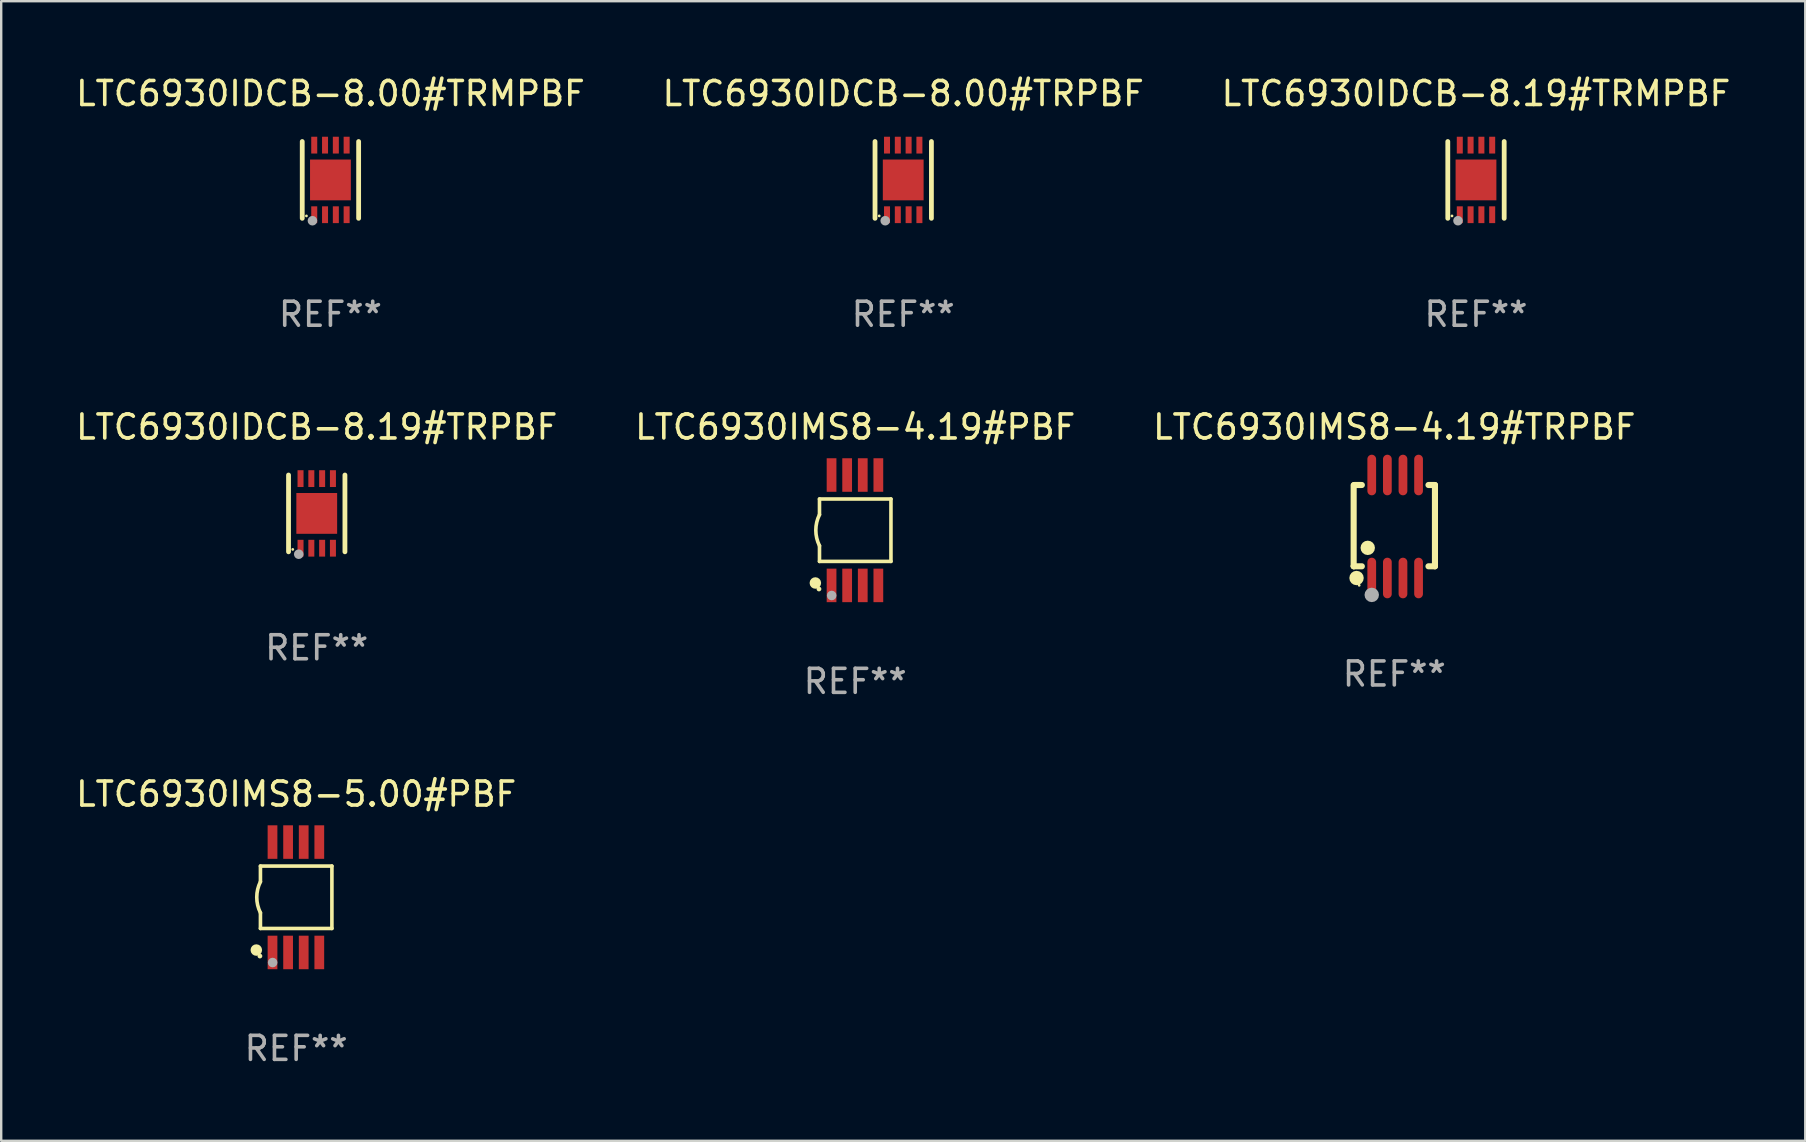
<source format=kicad_pcb>
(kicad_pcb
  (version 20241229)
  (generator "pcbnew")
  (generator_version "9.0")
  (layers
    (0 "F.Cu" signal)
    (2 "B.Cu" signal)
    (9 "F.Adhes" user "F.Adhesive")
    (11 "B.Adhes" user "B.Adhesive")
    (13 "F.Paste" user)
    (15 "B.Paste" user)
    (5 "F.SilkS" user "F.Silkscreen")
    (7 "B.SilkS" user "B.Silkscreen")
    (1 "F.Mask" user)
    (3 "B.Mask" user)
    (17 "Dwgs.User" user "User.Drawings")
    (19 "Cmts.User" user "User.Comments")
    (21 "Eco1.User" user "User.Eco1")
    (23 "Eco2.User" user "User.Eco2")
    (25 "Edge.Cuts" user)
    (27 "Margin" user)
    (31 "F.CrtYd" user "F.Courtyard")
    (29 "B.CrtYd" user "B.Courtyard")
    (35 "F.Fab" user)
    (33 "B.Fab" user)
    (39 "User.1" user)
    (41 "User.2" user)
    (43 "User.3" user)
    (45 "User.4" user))
  (footprint "LTC6930IDCB-8.00#TRPBF"
    (layer "F.Cu")
    (at 34.589 4.448)
    (property "Reference" "LTC6930IDCB-8.00#TRPBF" (at 0 -3.6 0) (layer "F.SilkS") (effects (font (size 1 1) (thickness 0.15))))
    (attr through_hole)
    (fp_line (start -1.175 1.6) (end -1.175 -1.6) (stroke (width 0.2) (type solid)) (layer "F.SilkS"))
    (fp_line (start 1.175 1.6) (end 1.175 -1.6) (stroke (width 0.2) (type solid)) (layer "F.SilkS"))
    (fp_circle (center -1 1.5) (end -0.97 1.5) (stroke (width 0.06) (type solid)) (fill no) (layer "F.SilkS"))
    (fp_circle (center -0.75 1.7) (end -0.65 1.7) (stroke (width 0.2) (type solid)) (fill no) (layer "F.Fab"))
    (fp_text user "REF**" (at 0 5.6 0) (layer "F.Fab") (effects (font (size 1 1) (thickness 0.15))))
    (pad "1" smd rect (at -0.675 1.45 90) (size 0.7 0.25) (layers "F.Cu" "F.Mask" "F.Paste"))
    (pad "2" smd rect (at -0.225 1.45 90) (size 0.7 0.25) (layers "F.Cu" "F.Mask" "F.Paste"))
    (pad "3" smd rect (at 0.225 1.45 90) (size 0.7 0.25) (layers "F.Cu" "F.Mask" "F.Paste"))
    (pad "4" smd rect (at 0.675 1.45 90) (size 0.7 0.25) (layers "F.Cu" "F.Mask" "F.Paste"))
    (pad "5" smd rect (at 0.675 -1.45 90) (size 0.7 0.25) (layers "F.Cu" "F.Mask" "F.Paste"))
    (pad "6" smd rect (at 0.225 -1.45 90) (size 0.7 0.25) (layers "F.Cu" "F.Mask" "F.Paste"))
    (pad "7" smd rect (at -0.225 -1.45 90) (size 0.7 0.25) (layers "F.Cu" "F.Mask" "F.Paste"))
    (pad "8" smd rect (at -0.675 -1.45 90) (size 0.7 0.25) (layers "F.Cu" "F.Mask" "F.Paste"))
    (pad "9" smd rect (at 0.000127 0 90) (size 1.7 1.7) (layers "F.Cu" "F.Mask" "F.Paste")))
  (footprint "LTC6930IDCB-8.19#TRPBF"
    (layer "F.Cu")
    (at 10.149 18.345)
    (property "Reference" "LTC6930IDCB-8.19#TRPBF" (at 0 -3.6 0) (layer "F.SilkS") (effects (font (size 1 1) (thickness 0.15))))
    (attr through_hole)
    (fp_line (start -1.175 1.6) (end -1.175 -1.6) (stroke (width 0.2) (type solid)) (layer "F.SilkS"))
    (fp_line (start 1.175 1.6) (end 1.175 -1.6) (stroke (width 0.2) (type solid)) (layer "F.SilkS"))
    (fp_circle (center -1 1.5) (end -0.97 1.5) (stroke (width 0.06) (type solid)) (fill no) (layer "F.SilkS"))
    (fp_circle (center -0.75 1.7) (end -0.65 1.7) (stroke (width 0.2) (type solid)) (fill no) (layer "F.Fab"))
    (fp_text user "REF**" (at 0 5.6 0) (layer "F.Fab") (effects (font (size 1 1) (thickness 0.15))))
    (pad "1" smd rect (at -0.675 1.45 90) (size 0.7 0.25) (layers "F.Cu" "F.Mask" "F.Paste"))
    (pad "2" smd rect (at -0.225 1.45 90) (size 0.7 0.25) (layers "F.Cu" "F.Mask" "F.Paste"))
    (pad "3" smd rect (at 0.225 1.45 90) (size 0.7 0.25) (layers "F.Cu" "F.Mask" "F.Paste"))
    (pad "4" smd rect (at 0.675 1.45 90) (size 0.7 0.25) (layers "F.Cu" "F.Mask" "F.Paste"))
    (pad "5" smd rect (at 0.675 -1.45 90) (size 0.7 0.25) (layers "F.Cu" "F.Mask" "F.Paste"))
    (pad "6" smd rect (at 0.225 -1.45 90) (size 0.7 0.25) (layers "F.Cu" "F.Mask" "F.Paste"))
    (pad "7" smd rect (at -0.225 -1.45 90) (size 0.7 0.25) (layers "F.Cu" "F.Mask" "F.Paste"))
    (pad "8" smd rect (at -0.675 -1.45 90) (size 0.7 0.25) (layers "F.Cu" "F.Mask" "F.Paste"))
    (pad "9" smd rect (at 0.000127 0 90) (size 1.7 1.7) (layers "F.Cu" "F.Mask" "F.Paste")))
  (footprint "LTC6930IDCB-8.19#TRMPBF"
    (layer "F.Cu")
    (at 58.458 4.448)
    (property "Reference" "LTC6930IDCB-8.19#TRMPBF" (at 0 -3.6 0) (layer "F.SilkS") (effects (font (size 1 1) (thickness 0.15))))
    (attr through_hole)
    (fp_line (start -1.175 1.6) (end -1.175 -1.6) (stroke (width 0.2) (type solid)) (layer "F.SilkS"))
    (fp_line (start 1.175 1.6) (end 1.175 -1.6) (stroke (width 0.2) (type solid)) (layer "F.SilkS"))
    (fp_circle (center -1 1.5) (end -0.97 1.5) (stroke (width 0.06) (type solid)) (fill no) (layer "F.SilkS"))
    (fp_circle (center -0.75 1.7) (end -0.65 1.7) (stroke (width 0.2) (type solid)) (fill no) (layer "F.Fab"))
    (fp_text user "REF**" (at 0 5.6 0) (layer "F.Fab") (effects (font (size 1 1) (thickness 0.15))))
    (pad "1" smd rect (at -0.675 1.45 90) (size 0.7 0.25) (layers "F.Cu" "F.Mask" "F.Paste"))
    (pad "2" smd rect (at -0.225 1.45 90) (size 0.7 0.25) (layers "F.Cu" "F.Mask" "F.Paste"))
    (pad "3" smd rect (at 0.225 1.45 90) (size 0.7 0.25) (layers "F.Cu" "F.Mask" "F.Paste"))
    (pad "4" smd rect (at 0.675 1.45 90) (size 0.7 0.25) (layers "F.Cu" "F.Mask" "F.Paste"))
    (pad "5" smd rect (at 0.675 -1.45 90) (size 0.7 0.25) (layers "F.Cu" "F.Mask" "F.Paste"))
    (pad "6" smd rect (at 0.225 -1.45 90) (size 0.7 0.25) (layers "F.Cu" "F.Mask" "F.Paste"))
    (pad "7" smd rect (at -0.225 -1.45 90) (size 0.7 0.25) (layers "F.Cu" "F.Mask" "F.Paste"))
    (pad "8" smd rect (at -0.675 -1.45 90) (size 0.7 0.25) (layers "F.Cu" "F.Mask" "F.Paste"))
    (pad "9" smd rect (at 0.000127 0 90) (size 1.7 1.7) (layers "F.Cu" "F.Mask" "F.Paste")))
  (footprint "LTC6930IMS8-4.19#PBF"
    (layer "F.Cu")
    (at 32.589 19.045)
    (property "Reference" "LTC6930IMS8-4.19#PBF" (at 0 -4.3 0) (layer "F.SilkS") (effects (font (size 1 1) (thickness 0.15))))
    (attr through_hole)
    (fp_line (start -1.489 -1.3) (end -1.489 -0.648) (stroke (width 0.15) (type solid)) (layer "F.SilkS"))
    (fp_line (start -1.489 0.648) (end -1.489 1.3) (stroke (width 0.15) (type solid)) (layer "F.SilkS"))
    (fp_line (start -1.489 1.3) (end 1.489 1.3) (stroke (width 0.15) (type solid)) (layer "F.SilkS"))
    (fp_line (start 1.489 -1.3) (end -1.489 -1.3) (stroke (width 0.15) (type solid)) (layer "F.SilkS"))
    (fp_line (start 1.489 1.3) (end 1.489 -1.3) (stroke (width 0.15) (type solid)) (layer "F.SilkS"))
    (fp_arc (start -1.489205 0.647702) (mid -1.642107 0) (end -1.489205 -0.647701) (stroke (width 0.150013) (type solid)) (layer "F.SilkS"))
    (fp_circle (center -1.661 2.2) (end -1.541 2.2) (stroke (width 0.24) (type solid)) (fill no) (layer "F.SilkS"))
    (fp_circle (center -1.511 2.45) (end -1.461 2.45) (stroke (width 0.1) (type solid)) (fill no) (layer "F.SilkS"))
    (fp_circle (center -0.981 2.72) (end -0.881 2.72) (stroke (width 0.2) (type solid)) (fill no) (layer "F.Fab"))
    (fp_text user "REF**" (at 0 6.3 0) (layer "F.Fab") (effects (font (size 1 1) (thickness 0.15))))
    (pad "1" smd rect (at -0.986 2.3) (size 0.406 1.397) (layers "F.Cu" "F.Mask" "F.Paste"))
    (pad "2" smd rect (at -0.336 2.3) (size 0.406 1.397) (layers "F.Cu" "F.Mask" "F.Paste"))
    (pad "3" smd rect (at 0.314 2.3) (size 0.406 1.397) (layers "F.Cu" "F.Mask" "F.Paste"))
    (pad "4" smd rect (at 0.964 2.3) (size 0.406 1.397) (layers "F.Cu" "F.Mask" "F.Paste"))
    (pad "5" smd rect (at 0.964 -2.3) (size 0.406 1.397) (layers "F.Cu" "F.Mask" "F.Paste"))
    (pad "6" smd rect (at 0.314 -2.3) (size 0.406 1.397) (layers "F.Cu" "F.Mask" "F.Paste"))
    (pad "7" smd rect (at -0.336 -2.3) (size 0.406 1.397) (layers "F.Cu" "F.Mask" "F.Paste"))
    (pad "8" smd rect (at -0.986 -2.3) (size 0.406 1.397) (layers "F.Cu" "F.Mask" "F.Paste")))
  (footprint "LTC6930IMS8-4.19#TRPBF"
    (layer "F.Cu")
    (at 55.054 18.891)
    (property "Reference" "LTC6930IMS8-4.19#TRPBF" (at 0 -4.146 0) (layer "F.SilkS") (effects (font (size 1 1) (thickness 0.15))))
    (attr through_hole)
    (fp_line (start -1.694 -1.724) (end -1.694 1.652) (stroke (width 0.254) (type solid)) (layer "F.SilkS"))
    (fp_line (start -1.694 1.652) (end -1.688 1.658) (stroke (width 0.254) (type solid)) (layer "F.SilkS"))
    (fp_line (start -1.688 1.658) (end -1.353 1.658) (stroke (width 0.254) (type solid)) (layer "F.SilkS"))
    (fp_line (start -1.661 -1.73) (end -1.681 -1.71) (stroke (width 0.254) (type solid)) (layer "F.SilkS"))
    (fp_line (start -1.353 -1.73) (end -1.661 -1.73) (stroke (width 0.254) (type solid)) (layer "F.SilkS"))
    (fp_line (start 1.424 1.658) (end 1.694 1.658) (stroke (width 0.254) (type solid)) (layer "F.SilkS"))
    (fp_line (start 1.694 -1.73) (end 1.424 -1.73) (stroke (width 0.254) (type solid)) (layer "F.SilkS"))
    (fp_line (start 1.694 1.658) (end 1.694 -1.73) (stroke (width 0.254) (type solid)) (layer "F.SilkS"))
    (fp_circle (center -1.574 2.146) (end -1.424 2.146) (stroke (width 0.3) (type solid)) (fill no) (layer "F.SilkS"))
    (fp_circle (center -1.464 2.45) (end -1.434 2.45) (stroke (width 0.06) (type solid)) (fill no) (layer "F.SilkS"))
    (fp_circle (center -1.107 0.889) (end -0.957 0.889) (stroke (width 0.3) (type solid)) (fill no) (layer "F.SilkS"))
    (fp_circle (center -0.94 2.85) (end -0.789 2.85) (stroke (width 0.3) (type solid)) (fill no) (layer "F.Fab"))
    (fp_text user "REF**" (at 0 6.146 0) (layer "F.Fab") (effects (font (size 1 1) (thickness 0.15))))
    (pad "1" smd oval (at -0.94 2.146) (size 0.364 1.692) (layers "F.Cu" "F.Mask" "F.Paste"))
    (pad "2" smd oval (at -0.289 2.146) (size 0.364 1.692) (layers "F.Cu" "F.Mask" "F.Paste"))
    (pad "3" smd oval (at 0.361 2.146) (size 0.364 1.692) (layers "F.Cu" "F.Mask" "F.Paste"))
    (pad "4" smd oval (at 1.011 2.146) (size 0.364 1.692) (layers "F.Cu" "F.Mask" "F.Paste"))
    (pad "5" smd oval (at 1.011 -2.146) (size 0.364 1.692) (layers "F.Cu" "F.Mask" "F.Paste"))
    (pad "6" smd oval (at 0.361 -2.146) (size 0.364 1.692) (layers "F.Cu" "F.Mask" "F.Paste"))
    (pad "7" smd oval (at -0.289 -2.146) (size 0.364 1.692) (layers "F.Cu" "F.Mask" "F.Paste"))
    (pad "8" smd oval (at -0.94 -2.146) (size 0.364 1.692) (layers "F.Cu" "F.Mask" "F.Paste")))
  (footprint "LTC6930IMS8-5.00#PBF"
    (layer "F.Cu")
    (at 9.292 34.341)
    (property "Reference" "LTC6930IMS8-5.00#PBF" (at 0 -4.3 0) (layer "F.SilkS") (effects (font (size 1 1) (thickness 0.15))))
    (attr through_hole)
    (fp_line (start -1.489 -1.3) (end -1.489 -0.648) (stroke (width 0.15) (type solid)) (layer "F.SilkS"))
    (fp_line (start -1.489 0.648) (end -1.489 1.3) (stroke (width 0.15) (type solid)) (layer "F.SilkS"))
    (fp_line (start -1.489 1.3) (end 1.489 1.3) (stroke (width 0.15) (type solid)) (layer "F.SilkS"))
    (fp_line (start 1.489 -1.3) (end -1.489 -1.3) (stroke (width 0.15) (type solid)) (layer "F.SilkS"))
    (fp_line (start 1.489 1.3) (end 1.489 -1.3) (stroke (width 0.15) (type solid)) (layer "F.SilkS"))
    (fp_arc (start -1.489205 0.647702) (mid -1.642107 0) (end -1.489205 -0.647701) (stroke (width 0.150013) (type solid)) (layer "F.SilkS"))
    (fp_circle (center -1.661 2.2) (end -1.541 2.2) (stroke (width 0.24) (type solid)) (fill no) (layer "F.SilkS"))
    (fp_circle (center -1.511 2.45) (end -1.461 2.45) (stroke (width 0.1) (type solid)) (fill no) (layer "F.SilkS"))
    (fp_circle (center -0.981 2.72) (end -0.881 2.72) (stroke (width 0.2) (type solid)) (fill no) (layer "F.Fab"))
    (fp_text user "REF**" (at 0 6.3 0) (layer "F.Fab") (effects (font (size 1 1) (thickness 0.15))))
    (pad "1" smd rect (at -0.986 2.3) (size 0.406 1.397) (layers "F.Cu" "F.Mask" "F.Paste"))
    (pad "2" smd rect (at -0.336 2.3) (size 0.406 1.397) (layers "F.Cu" "F.Mask" "F.Paste"))
    (pad "3" smd rect (at 0.314 2.3) (size 0.406 1.397) (layers "F.Cu" "F.Mask" "F.Paste"))
    (pad "4" smd rect (at 0.964 2.3) (size 0.406 1.397) (layers "F.Cu" "F.Mask" "F.Paste"))
    (pad "5" smd rect (at 0.964 -2.3) (size 0.406 1.397) (layers "F.Cu" "F.Mask" "F.Paste"))
    (pad "6" smd rect (at 0.314 -2.3) (size 0.406 1.397) (layers "F.Cu" "F.Mask" "F.Paste"))
    (pad "7" smd rect (at -0.336 -2.3) (size 0.406 1.397) (layers "F.Cu" "F.Mask" "F.Paste"))
    (pad "8" smd rect (at -0.986 -2.3) (size 0.406 1.397) (layers "F.Cu" "F.Mask" "F.Paste")))
  (footprint "LTC6930IDCB-8.00#TRMPBF"
    (layer "F.Cu")
    (at 10.72 4.448)
    (property "Reference" "LTC6930IDCB-8.00#TRMPBF" (at 0 -3.6 0) (layer "F.SilkS") (effects (font (size 1 1) (thickness 0.15))))
    (attr through_hole)
    (fp_line (start -1.175 1.6) (end -1.175 -1.6) (stroke (width 0.2) (type solid)) (layer "F.SilkS"))
    (fp_line (start 1.175 1.6) (end 1.175 -1.6) (stroke (width 0.2) (type solid)) (layer "F.SilkS"))
    (fp_circle (center -1 1.5) (end -0.97 1.5) (stroke (width 0.06) (type solid)) (fill no) (layer "F.SilkS"))
    (fp_circle (center -0.75 1.7) (end -0.65 1.7) (stroke (width 0.2) (type solid)) (fill no) (layer "F.Fab"))
    (fp_text user "REF**" (at 0 5.6 0) (layer "F.Fab") (effects (font (size 1 1) (thickness 0.15))))
    (pad "1" smd rect (at -0.675 1.45 90) (size 0.7 0.25) (layers "F.Cu" "F.Mask" "F.Paste"))
    (pad "2" smd rect (at -0.225 1.45 90) (size 0.7 0.25) (layers "F.Cu" "F.Mask" "F.Paste"))
    (pad "3" smd rect (at 0.225 1.45 90) (size 0.7 0.25) (layers "F.Cu" "F.Mask" "F.Paste"))
    (pad "4" smd rect (at 0.675 1.45 90) (size 0.7 0.25) (layers "F.Cu" "F.Mask" "F.Paste"))
    (pad "5" smd rect (at 0.675 -1.45 90) (size 0.7 0.25) (layers "F.Cu" "F.Mask" "F.Paste"))
    (pad "6" smd rect (at 0.225 -1.45 90) (size 0.7 0.25) (layers "F.Cu" "F.Mask" "F.Paste"))
    (pad "7" smd rect (at -0.225 -1.45 90) (size 0.7 0.25) (layers "F.Cu" "F.Mask" "F.Paste"))
    (pad "8" smd rect (at -0.675 -1.45 90) (size 0.7 0.25) (layers "F.Cu" "F.Mask" "F.Paste"))
    (pad "9" smd rect (at 0.000127 0 90) (size 1.7 1.7) (layers "F.Cu" "F.Mask" "F.Paste")))
  (gr_rect
    (start -3 -3)
    (end 72.179 44.489)
    (stroke (width 0.1) (type default))
    (fill no)
    (layer "Edge.Cuts")))
</source>
